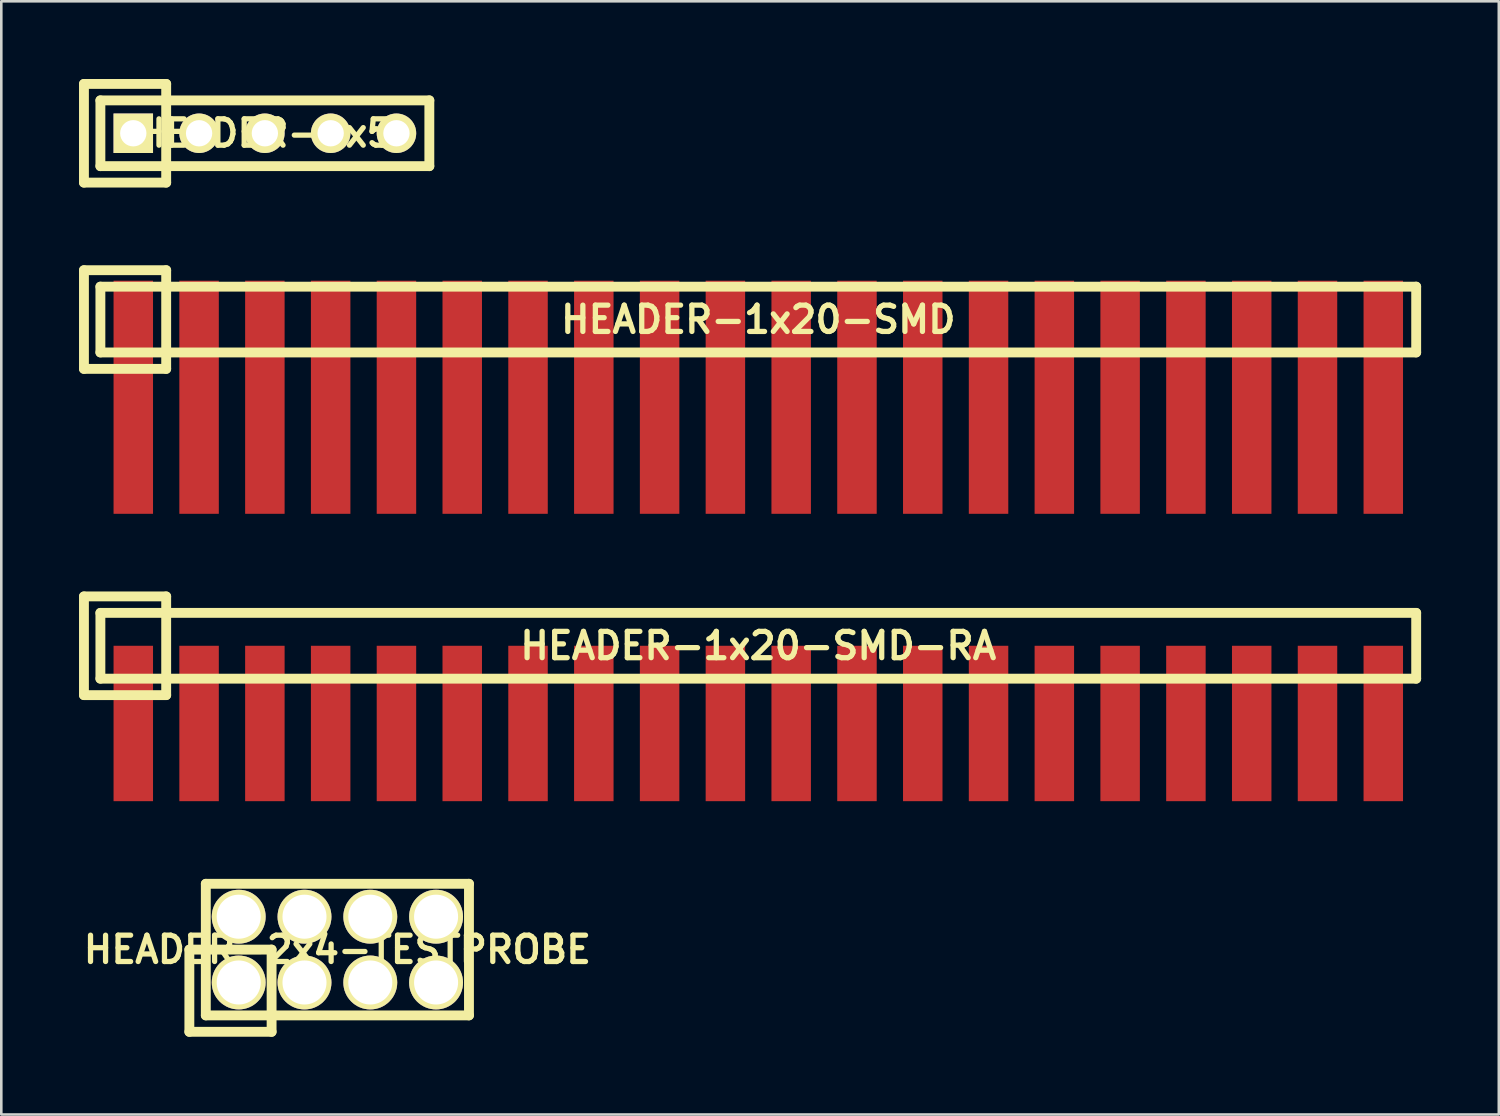
<source format=kicad_pcb>
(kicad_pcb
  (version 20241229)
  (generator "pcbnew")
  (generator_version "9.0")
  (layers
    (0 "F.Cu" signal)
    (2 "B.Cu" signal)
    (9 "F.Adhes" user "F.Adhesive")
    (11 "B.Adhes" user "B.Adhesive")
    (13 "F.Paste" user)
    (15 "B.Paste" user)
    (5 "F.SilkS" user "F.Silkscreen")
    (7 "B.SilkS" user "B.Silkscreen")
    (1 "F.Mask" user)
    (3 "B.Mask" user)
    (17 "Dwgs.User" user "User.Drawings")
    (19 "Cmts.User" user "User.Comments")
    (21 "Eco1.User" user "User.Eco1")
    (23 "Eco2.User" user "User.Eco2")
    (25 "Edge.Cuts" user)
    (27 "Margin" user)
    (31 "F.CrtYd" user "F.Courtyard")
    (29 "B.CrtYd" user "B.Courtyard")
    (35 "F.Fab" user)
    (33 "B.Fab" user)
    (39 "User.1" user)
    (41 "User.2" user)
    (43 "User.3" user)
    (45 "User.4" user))
  (footprint "HEADER-1x20-SMD-RA"
    (layer "F.Cu")
    (at 26.226 21.882)
    (property "Reference" "HEADER-1x20-SMD-RA" (at 0 0 0) (layer "F.SilkS") (effects (font (size 1.016 1.016) (thickness 0.203))))
    (attr smd)
    (fp_line (start -26.035 -1.905) (end -26.035 1.905) (stroke (width 0.381) (type solid)) (layer "F.SilkS"))
    (fp_line (start -26.035 1.905) (end -22.86 1.905) (stroke (width 0.381) (type solid)) (layer "F.SilkS"))
    (fp_line (start -25.4 -1.27) (end -25.4 1.27) (stroke (width 0.381) (type solid)) (layer "F.SilkS"))
    (fp_line (start -25.4 1.27) (end 25.4 1.27) (stroke (width 0.381) (type solid)) (layer "F.SilkS"))
    (fp_line (start -22.86 -1.905) (end -26.035 -1.905) (stroke (width 0.381) (type solid)) (layer "F.SilkS"))
    (fp_line (start -22.86 1.905) (end -22.86 -1.905) (stroke (width 0.381) (type solid)) (layer "F.SilkS"))
    (fp_line (start 25.4 -1.27) (end -25.4 -1.27) (stroke (width 0.381) (type solid)) (layer "F.SilkS"))
    (fp_line (start 25.4 1.27) (end 25.4 -1.27) (stroke (width 0.381) (type solid)) (layer "F.SilkS"))
    (pad "1" smd rect (at -24.13 3) (size 1.524 6) (layers "F.Cu" "F.Mask" "F.Paste"))
    (pad "2" smd rect (at -21.59 3) (size 1.524 6) (layers "F.Cu" "F.Mask" "F.Paste"))
    (pad "3" smd rect (at -19.05 3) (size 1.524 6) (layers "F.Cu" "F.Mask" "F.Paste"))
    (pad "4" smd rect (at -16.51 3) (size 1.524 6) (layers "F.Cu" "F.Mask" "F.Paste"))
    (pad "5" smd rect (at -13.97 3) (size 1.524 6) (layers "F.Cu" "F.Mask" "F.Paste"))
    (pad "6" smd rect (at -11.43 3) (size 1.524 6) (layers "F.Cu" "F.Mask" "F.Paste"))
    (pad "7" smd rect (at -8.89 3) (size 1.524 6) (layers "F.Cu" "F.Mask" "F.Paste"))
    (pad "8" smd rect (at -6.35 3) (size 1.524 6) (layers "F.Cu" "F.Mask" "F.Paste"))
    (pad "9" smd rect (at -3.81 3) (size 1.524 6) (layers "F.Cu" "F.Mask" "F.Paste"))
    (pad "10" smd rect (at -1.27 3) (size 1.524 6) (layers "F.Cu" "F.Mask" "F.Paste"))
    (pad "11" smd rect (at 1.27 3) (size 1.524 6) (layers "F.Cu" "F.Mask" "F.Paste"))
    (pad "12" smd rect (at 3.81 3) (size 1.524 6) (layers "F.Cu" "F.Mask" "F.Paste"))
    (pad "13" smd rect (at 6.35 3) (size 1.524 6) (layers "F.Cu" "F.Mask" "F.Paste"))
    (pad "14" smd rect (at 8.89 3) (size 1.524 6) (layers "F.Cu" "F.Mask" "F.Paste"))
    (pad "15" smd rect (at 11.43 3) (size 1.524 6) (layers "F.Cu" "F.Mask" "F.Paste"))
    (pad "16" smd rect (at 13.97 3) (size 1.524 6) (layers "F.Cu" "F.Mask" "F.Paste"))
    (pad "17" smd rect (at 16.51 3) (size 1.524 6) (layers "F.Cu" "F.Mask" "F.Paste"))
    (pad "18" smd rect (at 19.05 3) (size 1.524 6) (layers "F.Cu" "F.Mask" "F.Paste"))
    (pad "19" smd rect (at 21.59 3) (size 1.524 6) (layers "F.Cu" "F.Mask" "F.Paste"))
    (pad "20" smd rect (at 24.13 3) (size 1.524 6) (layers "F.Cu" "F.Mask" "F.Paste")))
  (footprint "HEADER-1x5"
    (layer "F.Cu")
    (at 7.176 2.095)
    (property "Reference" "HEADER-1x5" (at 0 0 0) (layer "F.SilkS") (effects (font (size 1.016 1.016) (thickness 0.203))))
    (attr through_hole)
    (fp_line (start -6.985 -1.905) (end -6.985 1.905) (stroke (width 0.381) (type solid)) (layer "F.SilkS"))
    (fp_line (start -6.985 1.905) (end -3.81 1.905) (stroke (width 0.381) (type solid)) (layer "F.SilkS"))
    (fp_line (start -6.35 -1.27) (end -6.35 1.27) (stroke (width 0.381) (type solid)) (layer "F.SilkS"))
    (fp_line (start -6.35 -1.27) (end 6.35 -1.27) (stroke (width 0.381) (type solid)) (layer "F.SilkS"))
    (fp_line (start -3.81 -1.905) (end -6.985 -1.905) (stroke (width 0.381) (type solid)) (layer "F.SilkS"))
    (fp_line (start -3.81 1.905) (end -3.81 -1.905) (stroke (width 0.381) (type solid)) (layer "F.SilkS"))
    (fp_line (start 6.35 -1.27) (end 6.35 1.27) (stroke (width 0.381) (type solid)) (layer "F.SilkS"))
    (fp_line (start 6.35 1.27) (end -6.35 1.27) (stroke (width 0.381) (type solid)) (layer "F.SilkS"))
    (pad "1" thru_hole rect (at -5.08 0) (size 1.524 1.524) (drill 1.016) (layers "*.Cu" "*.Mask" "F.SilkS"))
    (pad "2" thru_hole circle (at -2.54 0) (size 1.524 1.524) (drill 1.016) (layers "*.Cu" "*.Mask" "F.SilkS"))
    (pad "3" thru_hole circle (at 0 0) (size 1.524 1.524) (drill 1.016) (layers "*.Cu" "*.Mask" "F.SilkS"))
    (pad "4" thru_hole circle (at 2.54 0) (size 1.524 1.524) (drill 1.016) (layers "*.Cu" "*.Mask" "F.SilkS"))
    (pad "5" thru_hole circle (at 5.08 0) (size 1.524 1.524) (drill 1.016) (layers "*.Cu" "*.Mask" "F.SilkS")))
  (footprint "HEADER-2x4-TESTPROBE"
    (layer "F.Cu")
    (at 9.976 33.612)
    (property "Reference" "HEADER-2x4-TESTPROBE" (at 0 0 0) (layer "F.SilkS") (effects (font (size 1.016 1.016) (thickness 0.203))))
    (attr through_hole)
    (fp_line (start -5.715 0) (end -5.715 3.175) (stroke (width 0.381) (type solid)) (layer "F.SilkS"))
    (fp_line (start -5.715 3.175) (end -2.54 3.175) (stroke (width 0.381) (type solid)) (layer "F.SilkS"))
    (fp_line (start -5.08 -2.54) (end 5.08 -2.54) (stroke (width 0.381) (type solid)) (layer "F.SilkS"))
    (fp_line (start -5.08 2.54) (end -5.08 -2.54) (stroke (width 0.381) (type solid)) (layer "F.SilkS"))
    (fp_line (start -2.54 0) (end -5.715 0) (stroke (width 0.381) (type solid)) (layer "F.SilkS"))
    (fp_line (start -2.54 3.175) (end -2.54 0) (stroke (width 0.381) (type solid)) (layer "F.SilkS"))
    (fp_line (start 5.08 -2.54) (end 5.08 2.54) (stroke (width 0.381) (type solid)) (layer "F.SilkS"))
    (fp_line (start 5.08 2.54) (end -5.08 2.54) (stroke (width 0.381) (type solid)) (layer "F.SilkS"))
    (pad "1" thru_hole circle (at -3.81 1.27) (size 2.08 2.08) (drill 1.7) (layers "*.Cu" "*.Mask" "F.SilkS"))
    (pad "2" thru_hole circle (at -3.81 -1.27) (size 2.08 2.08) (drill 1.7) (layers "*.Cu" "*.Mask" "F.SilkS"))
    (pad "3" thru_hole circle (at -1.27 1.27) (size 2.08 2.08) (drill 1.7) (layers "*.Cu" "*.Mask" "F.SilkS"))
    (pad "4" thru_hole circle (at -1.27 -1.27) (size 2.08 2.08) (drill 1.7) (layers "*.Cu" "*.Mask" "F.SilkS"))
    (pad "5" thru_hole circle (at 1.27 1.27) (size 2.08 2.08) (drill 1.7) (layers "*.Cu" "*.Mask" "F.SilkS"))
    (pad "6" thru_hole circle (at 1.27 -1.27) (size 2.08 2.08) (drill 1.7) (layers "*.Cu" "*.Mask" "F.SilkS"))
    (pad "7" thru_hole circle (at 3.81 1.27) (size 2.08 2.08) (drill 1.7) (layers "*.Cu" "*.Mask" "F.SilkS"))
    (pad "8" thru_hole circle (at 3.81 -1.27) (size 2.08 2.08) (drill 1.7) (layers "*.Cu" "*.Mask" "F.SilkS")))
  (footprint "HEADER-1x20-SMD"
    (layer "F.Cu")
    (at 26.226 9.287)
    (property "Reference" "HEADER-1x20-SMD" (at 0 0 0) (layer "F.SilkS") (effects (font (size 1.016 1.016) (thickness 0.203))))
    (attr smd)
    (fp_line (start -26.035 -1.905) (end -26.035 1.905) (stroke (width 0.381) (type solid)) (layer "F.SilkS"))
    (fp_line (start -26.035 1.905) (end -22.86 1.905) (stroke (width 0.381) (type solid)) (layer "F.SilkS"))
    (fp_line (start -25.4 -1.27) (end -25.4 1.27) (stroke (width 0.381) (type solid)) (layer "F.SilkS"))
    (fp_line (start -25.4 1.27) (end 25.4 1.27) (stroke (width 0.381) (type solid)) (layer "F.SilkS"))
    (fp_line (start -22.86 -1.905) (end -26.035 -1.905) (stroke (width 0.381) (type solid)) (layer "F.SilkS"))
    (fp_line (start -22.86 1.905) (end -22.86 -1.905) (stroke (width 0.381) (type solid)) (layer "F.SilkS"))
    (fp_line (start 25.4 -1.27) (end -25.4 -1.27) (stroke (width 0.381) (type solid)) (layer "F.SilkS"))
    (fp_line (start 25.4 1.27) (end 25.4 -1.27) (stroke (width 0.381) (type solid)) (layer "F.SilkS"))
    (pad "1" smd rect (at -24.13 3) (size 1.524 9) (layers "F.Cu" "F.Mask" "F.Paste"))
    (pad "2" smd rect (at -21.59 3) (size 1.524 9) (layers "F.Cu" "F.Mask" "F.Paste"))
    (pad "3" smd rect (at -19.05 3) (size 1.524 9) (layers "F.Cu" "F.Mask" "F.Paste"))
    (pad "4" smd rect (at -16.51 3) (size 1.524 9) (layers "F.Cu" "F.Mask" "F.Paste"))
    (pad "5" smd rect (at -13.97 3) (size 1.524 9) (layers "F.Cu" "F.Mask" "F.Paste"))
    (pad "6" smd rect (at -11.43 3) (size 1.524 9) (layers "F.Cu" "F.Mask" "F.Paste"))
    (pad "7" smd rect (at -8.89 3) (size 1.524 9) (layers "F.Cu" "F.Mask" "F.Paste"))
    (pad "8" smd rect (at -6.35 3) (size 1.524 9) (layers "F.Cu" "F.Mask" "F.Paste"))
    (pad "9" smd rect (at -3.81 3) (size 1.524 9) (layers "F.Cu" "F.Mask" "F.Paste"))
    (pad "10" smd rect (at -1.27 3) (size 1.524 9) (layers "F.Cu" "F.Mask" "F.Paste"))
    (pad "11" smd rect (at 1.27 3) (size 1.524 9) (layers "F.Cu" "F.Mask" "F.Paste"))
    (pad "12" smd rect (at 3.81 3) (size 1.524 9) (layers "F.Cu" "F.Mask" "F.Paste"))
    (pad "13" smd rect (at 6.35 3) (size 1.524 9) (layers "F.Cu" "F.Mask" "F.Paste"))
    (pad "14" smd rect (at 8.89 3) (size 1.524 9) (layers "F.Cu" "F.Mask" "F.Paste"))
    (pad "15" smd rect (at 11.43 3) (size 1.524 9) (layers "F.Cu" "F.Mask" "F.Paste"))
    (pad "16" smd rect (at 13.97 3) (size 1.524 9) (layers "F.Cu" "F.Mask" "F.Paste"))
    (pad "17" smd rect (at 16.51 3) (size 1.524 9) (layers "F.Cu" "F.Mask" "F.Paste"))
    (pad "18" smd rect (at 19.05 3) (size 1.524 9) (layers "F.Cu" "F.Mask" "F.Paste"))
    (pad "19" smd rect (at 21.59 3) (size 1.524 9) (layers "F.Cu" "F.Mask" "F.Paste"))
    (pad "20" smd rect (at 24.13 3) (size 1.524 9) (layers "F.Cu" "F.Mask" "F.Paste")))
  (gr_rect
    (start -3 -3)
    (end 54.816 39.978)
    (stroke (width 0.1) (type default))
    (fill no)
    (layer "Edge.Cuts")))
</source>
